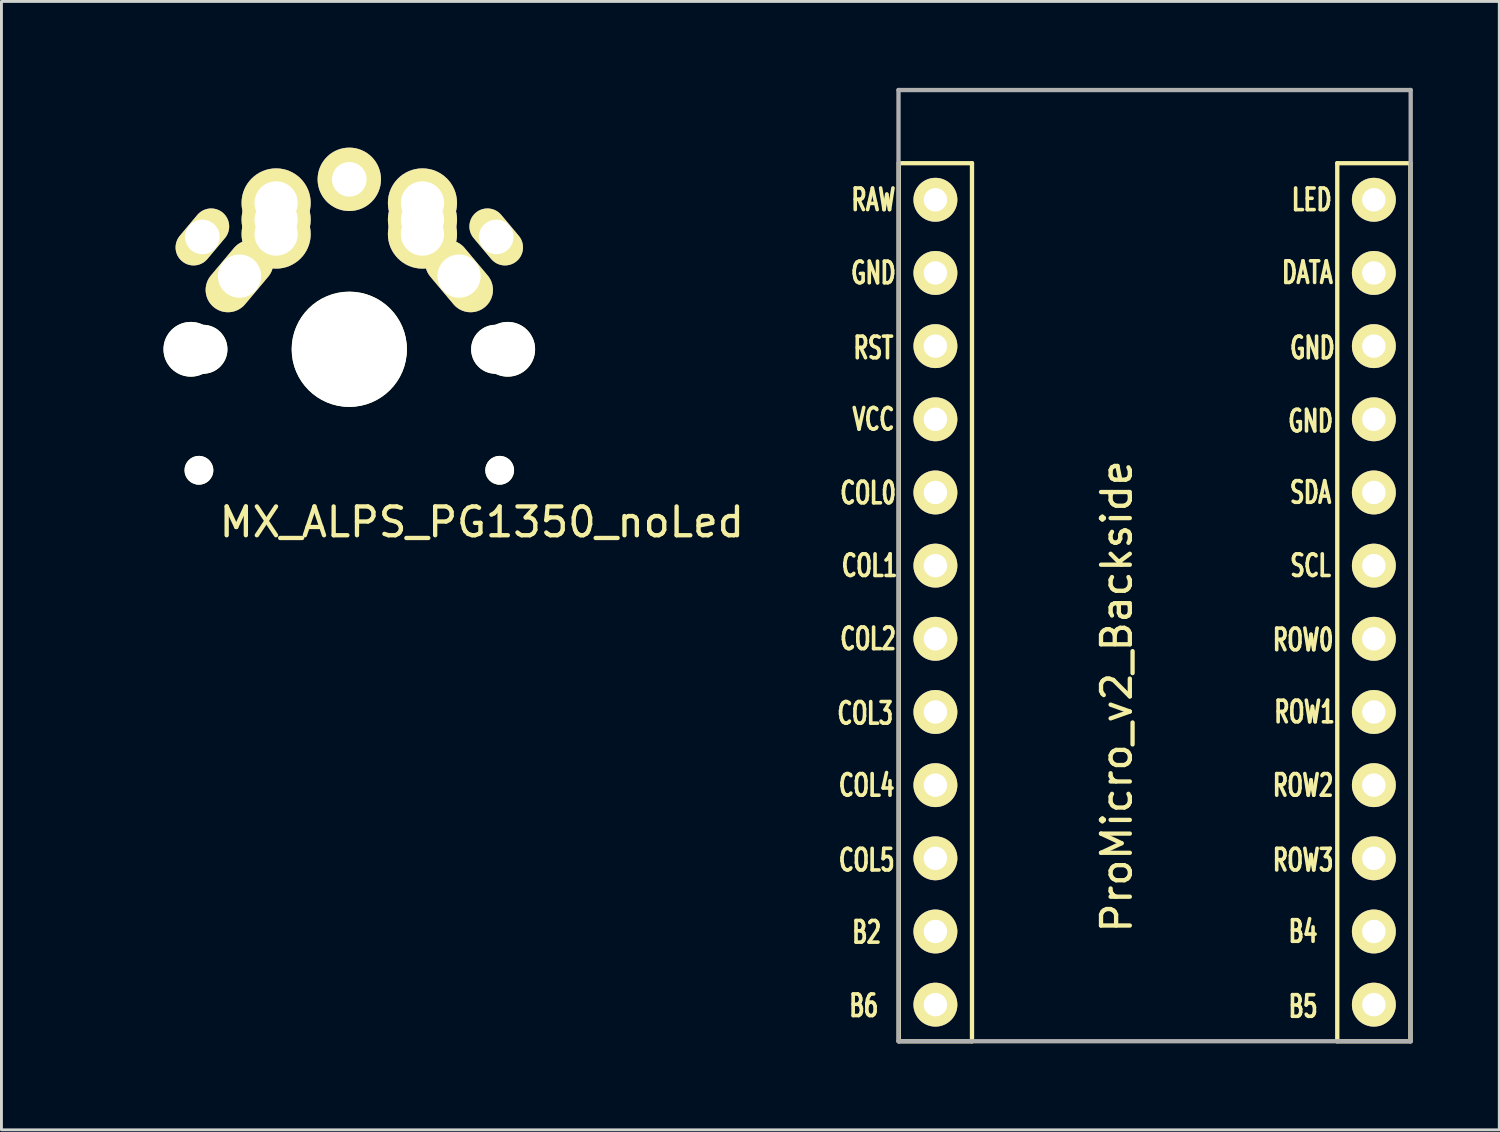
<source format=kicad_pcb>
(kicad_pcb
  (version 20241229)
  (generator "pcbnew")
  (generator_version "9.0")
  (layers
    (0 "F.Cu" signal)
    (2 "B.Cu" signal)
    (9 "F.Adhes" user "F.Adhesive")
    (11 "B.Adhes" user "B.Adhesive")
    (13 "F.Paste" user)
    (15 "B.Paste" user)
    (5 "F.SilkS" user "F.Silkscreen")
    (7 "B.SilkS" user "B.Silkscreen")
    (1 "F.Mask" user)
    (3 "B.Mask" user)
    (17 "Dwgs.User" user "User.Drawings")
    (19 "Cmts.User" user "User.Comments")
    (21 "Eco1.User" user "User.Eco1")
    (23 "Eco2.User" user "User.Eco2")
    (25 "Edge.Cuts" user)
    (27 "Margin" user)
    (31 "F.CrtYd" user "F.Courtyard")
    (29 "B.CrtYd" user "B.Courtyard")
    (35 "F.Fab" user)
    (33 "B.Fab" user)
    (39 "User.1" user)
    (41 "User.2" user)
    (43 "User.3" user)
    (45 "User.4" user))
  (footprint "ProMicro_v2_Backside"
    (layer "F.Cu")
    (at 36.985 18.363)
    (property "Reference" "ProMicro_v2_Backside" (at -1.27 2.762 270) (layer "F.SilkS") (effects (font (size 1 1) (thickness 0.15))))
    (attr through_hole)
    (fp_line (start -8.834 -15.748) (end -6.294 -15.748) (stroke (width 0.15) (type solid)) (layer "F.SilkS"))
    (fp_line (start -8.834 14.732) (end -8.834 -15.748) (stroke (width 0.15) (type solid)) (layer "F.SilkS"))
    (fp_line (start -6.294 -15.748) (end -6.294 14.732) (stroke (width 0.15) (type solid)) (layer "F.SilkS"))
    (fp_line (start -6.294 14.732) (end -8.834 14.732) (stroke (width 0.15) (type solid)) (layer "F.SilkS"))
    (fp_line (start 6.386 -15.748) (end 8.926 -15.748) (stroke (width 0.15) (type solid)) (layer "F.SilkS"))
    (fp_line (start 6.386 14.732) (end 6.386 -15.748) (stroke (width 0.15) (type solid)) (layer "F.SilkS"))
    (fp_line (start 8.926 -15.748) (end 8.926 14.732) (stroke (width 0.15) (type solid)) (layer "F.SilkS"))
    (fp_line (start 8.926 14.732) (end 6.386 14.732) (stroke (width 0.15) (type solid)) (layer "F.SilkS"))
    (fp_line (start -8.845 -18.288) (end 8.935 -18.288) (stroke (width 0.15) (type solid)) (layer "F.Fab"))
    (fp_line (start -8.845 14.732) (end -8.845 -18.288) (stroke (width 0.15) (type solid)) (layer "F.Fab"))
    (fp_line (start 8.935 -18.288) (end 8.935 14.732) (stroke (width 0.15) (type solid)) (layer "F.Fab"))
    (fp_line (start 8.935 14.732) (end -8.845 14.732) (stroke (width 0.15) (type solid)) (layer "F.Fab"))
    (fp_text user "COL0" (at -9.9 -4.3 0) (layer "F.SilkS") (effects (font (size 0.75 0.5) (thickness 0.125))))
    (fp_text user "DATA" (at 5.35 -11.95 0) (layer "F.SilkS") (effects (font (size 0.75 0.5) (thickness 0.125))))
    (fp_text user "VCC" (at -9.716 -6.858 0) (layer "F.SilkS") (effects (font (size 0.75 0.5) (thickness 0.125))))
    (fp_text user "ROW3" (at 5.2 8.445 0) (layer "F.SilkS") (effects (font (size 0.75 0.5) (thickness 0.125))))
    (fp_text user "COL3" (at -10 3.35 0) (layer "F.SilkS") (effects (font (size 0.75 0.5) (thickness 0.125))))
    (fp_text user "RAW" (at -9.716 -14.478 0) (layer "F.SilkS") (effects (font (size 0.75 0.5) (thickness 0.125))))
    (fp_text user "GND" (at 5.461 -6.795 0) (layer "F.SilkS") (effects (font (size 0.75 0.5) (thickness 0.125))))
    (fp_text user "B2" (at -9.95 10.95 0) (layer "F.SilkS") (effects (font (size 0.75 0.5) (thickness 0.125))))
    (fp_text user "GND" (at 5.524 -9.335 0) (layer "F.SilkS") (effects (font (size 0.75 0.5) (thickness 0.125))))
    (fp_text user "GND" (at -9.716 -11.938 0) (layer "F.SilkS") (effects (font (size 0.75 0.5) (thickness 0.125))))
    (fp_text user "RST" (at -9.716 -9.335 0) (layer "F.SilkS") (effects (font (size 0.75 0.5) (thickness 0.125))))
    (fp_text user "ROW2" (at 5.2 5.85 0) (layer "F.SilkS") (effects (font (size 0.75 0.5) (thickness 0.125))))
    (fp_text user "B6" (at -10.05 13.5 0) (layer "F.SilkS") (effects (font (size 0.75 0.5) (thickness 0.125))))
    (fp_text user "ROW0" (at 5.2 0.8 0) (layer "F.SilkS") (effects (font (size 0.75 0.5) (thickness 0.125))))
    (fp_text user "B4" (at 5.2 10.922 0) (layer "F.SilkS") (effects (font (size 0.75 0.5) (thickness 0.125))))
    (fp_text user "" (at -0.5 -17.25 0) (layer "F.SilkS") (effects (font (size 1 1) (thickness 0.15))))
    (fp_text user "COL4" (at -9.95 5.85 0) (layer "F.SilkS") (effects (font (size 0.75 0.5) (thickness 0.125))))
    (fp_text user "COL2" (at -9.9 0.762 0) (layer "F.SilkS") (effects (font (size 0.75 0.5) (thickness 0.125))))
    (fp_text user "COL1" (at -9.85 -1.778 0) (layer "F.SilkS") (effects (font (size 0.75 0.5) (thickness 0.125))))
    (fp_text user "COL5" (at -9.95 8.445 0) (layer "F.SilkS") (effects (font (size 0.75 0.5) (thickness 0.125))))
    (fp_text user "SDA" (at 5.461 -4.318 0) (layer "F.SilkS") (effects (font (size 0.75 0.5) (thickness 0.125))))
    (fp_text user "B5" (at 5.2 13.525 0) (layer "F.SilkS") (effects (font (size 0.75 0.5) (thickness 0.125))))
    (fp_text user "SCL" (at 5.461 -1.778 0) (layer "F.SilkS") (effects (font (size 0.75 0.5) (thickness 0.125))))
    (fp_text user "LED" (at 5.5 -14.478 0) (layer "F.SilkS") (effects (font (size 0.75 0.5) (thickness 0.125))))
    (fp_text user "ROW1" (at 5.25 3.302 0) (layer "F.SilkS") (effects (font (size 0.75 0.5) (thickness 0.125))))
    (fp_text user "" (at 0.051 -7.493 0) (layer "B.SilkS") (effects (font (size 1 1) (thickness 0.15)) (justify mirror)))
    (fp_text user "" (at -1.206 -16.256 0) (layer "B.SilkS") (effects (font (size 1 1) (thickness 0.15)) (justify mirror)))
    (pad "1" thru_hole circle (at 7.656 -14.478) (size 1.524 1.524) (drill 0.813) (layers "*.Cu" "*.Mask" "F.SilkS"))
    (pad "2" thru_hole circle (at 7.656 -11.938) (size 1.524 1.524) (drill 0.813) (layers "*.Cu" "*.Mask" "F.SilkS"))
    (pad "3" thru_hole circle (at 7.656 -9.398) (size 1.524 1.524) (drill 0.813) (layers "*.Cu" "*.Mask" "F.SilkS"))
    (pad "4" thru_hole circle (at 7.656 -6.858) (size 1.524 1.524) (drill 0.813) (layers "*.Cu" "*.Mask" "F.SilkS"))
    (pad "5" thru_hole circle (at 7.656 -4.318) (size 1.524 1.524) (drill 0.813) (layers "*.Cu" "*.Mask" "F.SilkS"))
    (pad "6" thru_hole circle (at 7.656 -1.778) (size 1.524 1.524) (drill 0.813) (layers "*.Cu" "*.Mask" "F.SilkS"))
    (pad "7" thru_hole circle (at 7.656 0.762) (size 1.524 1.524) (drill 0.813) (layers "*.Cu" "*.Mask" "F.SilkS"))
    (pad "8" thru_hole circle (at 7.656 3.302) (size 1.524 1.524) (drill 0.813) (layers "*.Cu" "*.Mask" "F.SilkS"))
    (pad "9" thru_hole circle (at 7.656 5.842) (size 1.524 1.524) (drill 0.813) (layers "*.Cu" "*.Mask" "F.SilkS"))
    (pad "10" thru_hole circle (at 7.656 8.382) (size 1.524 1.524) (drill 0.813) (layers "*.Cu" "*.Mask" "F.SilkS"))
    (pad "11" thru_hole circle (at 7.656 10.922) (size 1.524 1.524) (drill 0.813) (layers "*.Cu" "*.Mask" "F.SilkS"))
    (pad "12" thru_hole circle (at 7.656 13.462) (size 1.524 1.524) (drill 0.813) (layers "*.Cu" "*.Mask" "F.SilkS"))
    (pad "13" thru_hole circle (at -7.564 13.462) (size 1.524 1.524) (drill 0.813) (layers "*.Cu" "*.Mask" "F.SilkS"))
    (pad "14" thru_hole circle (at -7.564 10.922) (size 1.524 1.524) (drill 0.813) (layers "*.Cu" "*.Mask" "F.SilkS"))
    (pad "15" thru_hole circle (at -7.564 8.382) (size 1.524 1.524) (drill 0.813) (layers "*.Cu" "*.Mask" "F.SilkS"))
    (pad "16" thru_hole circle (at -7.564 5.842) (size 1.524 1.524) (drill 0.813) (layers "*.Cu" "*.Mask" "F.SilkS"))
    (pad "17" thru_hole circle (at -7.564 3.302) (size 1.524 1.524) (drill 0.813) (layers "*.Cu" "*.Mask" "F.SilkS"))
    (pad "18" thru_hole circle (at -7.564 0.762) (size 1.524 1.524) (drill 0.813) (layers "*.Cu" "*.Mask" "F.SilkS"))
    (pad "19" thru_hole circle (at -7.564 -1.778) (size 1.524 1.524) (drill 0.813) (layers "*.Cu" "*.Mask" "F.SilkS"))
    (pad "20" thru_hole circle (at -7.564 -4.318) (size 1.524 1.524) (drill 0.813) (layers "*.Cu" "*.Mask" "F.SilkS"))
    (pad "21" thru_hole circle (at -7.564 -6.858) (size 1.524 1.524) (drill 0.813) (layers "*.Cu" "*.Mask" "F.SilkS"))
    (pad "22" thru_hole circle (at -7.564 -9.398) (size 1.524 1.524) (drill 0.813) (layers "*.Cu" "*.Mask" "F.SilkS"))
    (pad "23" thru_hole circle (at -7.564 -11.938) (size 1.524 1.524) (drill 0.813) (layers "*.Cu" "*.Mask" "F.SilkS"))
    (pad "24" thru_hole circle (at -7.564 -14.478) (size 1.524 1.524) (drill 0.813) (layers "*.Cu" "*.Mask" "F.SilkS")))
  (footprint "MX_ALPS_PG1350_noLed"
    (layer "F.Cu")
    (at 9.075 9.075)
    (property "Reference" "MX_ALPS_PG1350_noLed" (at 4.6 6 0) (layer "F.SilkS") (effects (font (size 1 1) (thickness 0.15))))
    (attr through_hole)
    (fp_line (start -9 -9) (end 9 -9) (stroke (width 0.15) (type solid)) (layer "Eco2.User"))
    (fp_line (start -9 9) (end -9 -9) (stroke (width 0.15) (type solid)) (layer "Eco2.User"))
    (fp_line (start -7 -7) (end 7 -7) (stroke (width 0.15) (type solid)) (layer "Eco2.User"))
    (fp_line (start -7 7) (end -7 -7) (stroke (width 0.15) (type solid)) (layer "Eco2.User"))
    (fp_line (start 7 -7) (end 7 7) (stroke (width 0.15) (type solid)) (layer "Eco2.User"))
    (fp_line (start 7 7) (end -7 7) (stroke (width 0.15) (type solid)) (layer "Eco2.User"))
    (fp_line (start 9 -9) (end 9 9) (stroke (width 0.15) (type solid)) (layer "Eco2.User"))
    (fp_line (start 9 9) (end -9 9) (stroke (width 0.15) (type solid)) (layer "Eco2.User"))
    (pad "" np_thru_hole circle (at -5.5 0 90) (size 1.9 1.9) (drill 1.9) (layers "*.Cu" "*.Mask" "F.SilkS"))
    (pad "" np_thru_hole circle (at -5.22 4.2) (size 1 1) (drill 1) (layers "*.Cu" "*.Mask" "F.SilkS"))
    (pad "" np_thru_hole circle (at -5.08 0) (size 1.7 1.7) (drill 1.7) (layers "*.Cu" "*.Mask" "F.SilkS"))
    (pad "" np_thru_hole circle (at 0 0 90) (size 4 4) (drill 4) (layers "*.Cu" "*.Mask" "F.SilkS"))
    (pad "" np_thru_hole circle (at 5.08 0) (size 1.7 1.7) (drill 1.7) (layers "*.Cu" "*.Mask" "F.SilkS"))
    (pad "" np_thru_hole circle (at 5.22 4.2) (size 1 1) (drill 1) (layers "*.Cu" "*.Mask" "F.SilkS"))
    (pad "" np_thru_hole circle (at 5.5 0 90) (size 1.9 1.9) (drill 1.9) (layers "*.Cu" "*.Mask" "F.SilkS"))
    (pad "1" thru_hole oval (at -5.1 -3.9 50) (size 2.2 1.25) (drill 1.2) (layers "*.Cu" "*.Mask" "F.SilkS"))
    (pad "1" thru_hole oval (at -3.81 -2.54 50) (size 2.8 1.55) (drill 1.5) (layers "*.Cu" "*.Mask" "F.SilkS"))
    (pad "1" thru_hole circle (at -2.54 -5.08) (size 2.4 2.4) (drill 1.5) (layers "*.Cu" "*.Mask" "F.SilkS"))
    (pad "1" thru_hole circle (at -2.54 -4.5) (size 2.4 2.4) (drill 1.5) (layers "*.Cu" "*.Mask" "F.SilkS"))
    (pad "1" thru_hole circle (at -2.54 -4) (size 2.4 2.4) (drill 1.5) (layers "*.Cu" "*.Mask" "F.SilkS"))
    (pad "1" thru_hole oval (at 5.1 -3.9 310) (size 2.2 1.25) (drill 1.2) (layers "*.Cu" "*.Mask" "F.SilkS"))
    (pad "2" thru_hole circle (at 0 -5.9 90) (size 2.2 2.2) (drill 1.2) (layers "*.Cu" "*.Mask" "F.SilkS"))
    (pad "2" thru_hole circle (at 2.54 -5.08) (size 2.4 2.4) (drill 1.5) (layers "*.Cu" "*.Mask" "F.SilkS"))
    (pad "2" thru_hole circle (at 2.54 -4.5) (size 2.4 2.4) (drill 1.5) (layers "*.Cu" "*.Mask" "F.SilkS"))
    (pad "2" thru_hole circle (at 2.54 -4) (size 2.4 2.4) (drill 1.5) (layers "*.Cu" "*.Mask" "F.SilkS"))
    (pad "2" thru_hole oval (at 3.81 -2.54 310) (size 2.8 1.55) (drill 1.5) (layers "*.Cu" "*.Mask" "F.SilkS")))
  (gr_rect
    (start -3 -3)
    (end 48.995 36.17)
    (stroke (width 0.1) (type default))
    (fill no)
    (layer "Edge.Cuts")))
</source>
